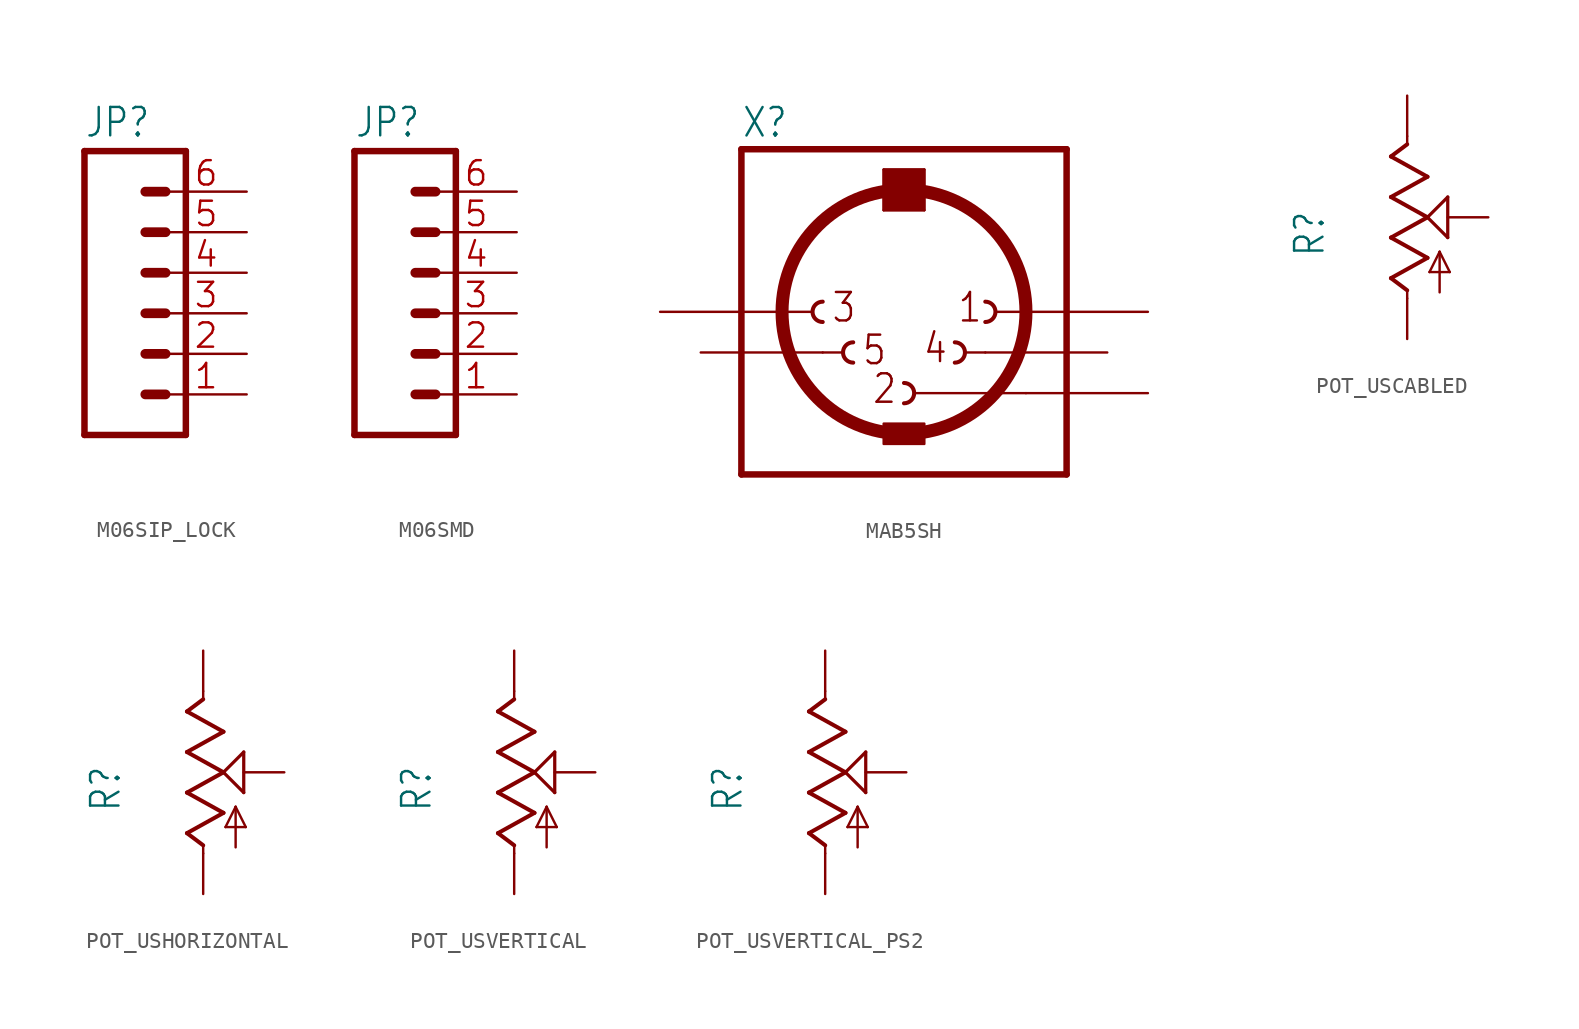
<source format=kicad_sym>
(kicad_symbol_lib
  (version 20241209)
  (generator "kicad_symbol_editor")
  (generator_version "9.0")
  (symbol "M06SIP_LOCK"
    (property "Reference" "JP"
      (at -5.08 10.922 0)
      (effects (font (size 1.778 1.511)) (justify left bottom)))
    (property "Value" ""
      (at -5.08 -10.16 0)
      (effects (font (size 1.778 1.511)) (justify left bottom)))
    (property "ki_locked" ""
      (at 0 0 0)
      (effects (font (size 1.27 1.27))))
    (symbol "M06SIP_LOCK_1_0"
      (polyline (pts (xy -5.08 10.16) (xy -5.08 -7.62)) (stroke (width 0.406) (type solid)) (fill (type none)))
      (polyline (pts (xy -5.08 10.16) (xy 1.27 10.16)) (stroke (width 0.406) (type solid)) (fill (type none)))
      (polyline (pts (xy -1.27 7.62) (xy 0 7.62)) (stroke (width 0.61) (type solid)) (fill (type none)))
      (polyline (pts (xy -1.27 5.08) (xy 0 5.08)) (stroke (width 0.61) (type solid)) (fill (type none)))
      (polyline (pts (xy -1.27 2.54) (xy 0 2.54)) (stroke (width 0.61) (type solid)) (fill (type none)))
      (polyline (pts (xy -1.27 0) (xy 0 0)) (stroke (width 0.61) (type solid)) (fill (type none)))
      (polyline (pts (xy -1.27 -2.54) (xy 0 -2.54)) (stroke (width 0.61) (type solid)) (fill (type none)))
      (polyline (pts (xy -1.27 -5.08) (xy 0 -5.08)) (stroke (width 0.61) (type solid)) (fill (type none)))
      (polyline (pts (xy 1.27 -7.62) (xy -5.08 -7.62)) (stroke (width 0.406) (type solid)) (fill (type none)))
      (polyline (pts (xy 1.27 -7.62) (xy 1.27 10.16)) (stroke (width 0.406) (type solid)) (fill (type none)))
      (pin passive line (at 5.08 7.62 180) (length 5.08) (name "6" (effects (font (size 0 0)))) (number "6" (effects (font (size 1.524 1.524)))))
      (pin passive line (at 5.08 5.08 180) (length 5.08) (name "5" (effects (font (size 0 0)))) (number "5" (effects (font (size 1.524 1.524)))))
      (pin passive line (at 5.08 2.54 180) (length 5.08) (name "4" (effects (font (size 0 0)))) (number "4" (effects (font (size 1.524 1.524)))))
      (pin passive line (at 5.08 0 180) (length 5.08) (name "3" (effects (font (size 0 0)))) (number "3" (effects (font (size 1.524 1.524)))))
      (pin passive line (at 5.08 -2.54 180) (length 5.08) (name "2" (effects (font (size 0 0)))) (number "2" (effects (font (size 1.524 1.524)))))
      (pin passive line (at 5.08 -5.08 180) (length 5.08) (name "1" (effects (font (size 0 0)))) (number "1" (effects (font (size 1.524 1.524)))))))
  (symbol "M06SMD"
    (property "Reference" "JP"
      (at -5.08 10.922 0)
      (effects (font (size 1.778 1.511)) (justify left bottom)))
    (property "Value" ""
      (at -5.08 -10.16 0)
      (effects (font (size 1.778 1.511)) (justify left bottom)))
    (property "ki_locked" ""
      (at 0 0 0)
      (effects (font (size 1.27 1.27))))
    (symbol "M06SMD_1_0"
      (polyline (pts (xy -5.08 10.16) (xy -5.08 -7.62)) (stroke (width 0.406) (type solid)) (fill (type none)))
      (polyline (pts (xy -5.08 10.16) (xy 1.27 10.16)) (stroke (width 0.406) (type solid)) (fill (type none)))
      (polyline (pts (xy -1.27 7.62) (xy 0 7.62)) (stroke (width 0.61) (type solid)) (fill (type none)))
      (polyline (pts (xy -1.27 5.08) (xy 0 5.08)) (stroke (width 0.61) (type solid)) (fill (type none)))
      (polyline (pts (xy -1.27 2.54) (xy 0 2.54)) (stroke (width 0.61) (type solid)) (fill (type none)))
      (polyline (pts (xy -1.27 0) (xy 0 0)) (stroke (width 0.61) (type solid)) (fill (type none)))
      (polyline (pts (xy -1.27 -2.54) (xy 0 -2.54)) (stroke (width 0.61) (type solid)) (fill (type none)))
      (polyline (pts (xy -1.27 -5.08) (xy 0 -5.08)) (stroke (width 0.61) (type solid)) (fill (type none)))
      (polyline (pts (xy 1.27 -7.62) (xy -5.08 -7.62)) (stroke (width 0.406) (type solid)) (fill (type none)))
      (polyline (pts (xy 1.27 -7.62) (xy 1.27 10.16)) (stroke (width 0.406) (type solid)) (fill (type none)))
      (pin passive line (at 5.08 7.62 180) (length 5.08) (name "6" (effects (font (size 0 0)))) (number "6" (effects (font (size 1.524 1.524)))))
      (pin passive line (at 5.08 5.08 180) (length 5.08) (name "5" (effects (font (size 0 0)))) (number "5" (effects (font (size 1.524 1.524)))))
      (pin passive line (at 5.08 2.54 180) (length 5.08) (name "4" (effects (font (size 0 0)))) (number "4" (effects (font (size 1.524 1.524)))))
      (pin passive line (at 5.08 0 180) (length 5.08) (name "3" (effects (font (size 0 0)))) (number "3" (effects (font (size 1.524 1.524)))))
      (pin passive line (at 5.08 -2.54 180) (length 5.08) (name "2" (effects (font (size 0 0)))) (number "2" (effects (font (size 1.524 1.524)))))
      (pin passive line (at 5.08 -5.08 180) (length 5.08) (name "1" (effects (font (size 0 0)))) (number "1" (effects (font (size 1.524 1.524)))))))
  (symbol "MAB5SH"
    (property "Reference" "X"
      (at -10.16 10.795 0)
      (effects (font (size 1.778 1.511)) (justify left bottom)))
    (property "Value" ""
      (at 0 10.795 0)
      (effects (font (size 1.778 1.511)) (justify left bottom)))
    (property "ki_locked" ""
      (at 0 0 0)
      (effects (font (size 1.27 1.27))))
    (symbol "MAB5SH_1_0"
      (polyline (pts (xy -10.16 -10.16) (xy -10.16 10.16)) (stroke (width 0.406) (type solid)) (fill (type none)))
      (polyline (pts (xy -10.16 -10.16) (xy 10.16 -10.16)) (stroke (width 0.406) (type solid)) (fill (type none)))
      (polyline (pts (xy -7.62 0) (xy -5.715 0)) (stroke (width 0.152) (type solid)) (fill (type none)))
      (arc (start -5.08 -0.635) (mid -5.715 0) (end -5.08 0.635) (stroke (width 0.254) (type solid)) (fill (type none)))
      (polyline (pts (xy -5.08 -2.54) (xy -3.81 -2.54)) (stroke (width 0.152) (type solid)) (fill (type none)))
      (arc (start -3.175 -3.175) (mid -3.81 -2.54) (end -3.175 -1.905) (stroke (width 0.254) (type solid)) (fill (type none)))
      (polyline (pts (xy -1.27 8.89) (xy 1.27 8.89)) (stroke (width 0.152) (type solid)) (fill (type none)))
      (rectangle (start -1.27 6.35) (end 1.27 8.89) (stroke (width 0) (type default)) (fill (type outline)))
      (polyline (pts (xy -1.27 6.35) (xy -1.27 8.89)) (stroke (width 0.152) (type solid)) (fill (type none)))
      (polyline (pts (xy -1.27 6.35) (xy 1.27 6.35)) (stroke (width 0.152) (type solid)) (fill (type none)))
      (rectangle (start -1.27 -8.255) (end 1.27 -6.985) (stroke (width 0) (type default)) (fill (type outline)))
      (circle (center 0 0) (radius 7.62) (stroke (width 0.813) (type solid)) (fill (type none)))
      (arc (start 0 -4.445) (mid 0.635 -5.08) (end 0 -5.715) (stroke (width 0.254) (type solid)) (fill (type none)))
      (polyline (pts (xy 0.635 -5.08) (xy 7.62 -5.08)) (stroke (width 0.152) (type solid)) (fill (type none)))
      (polyline (pts (xy 1.27 8.89) (xy 1.27 6.35)) (stroke (width 0.152) (type solid)) (fill (type none)))
      (arc (start 3.175 -1.905) (mid 3.81 -2.54) (end 3.175 -3.175) (stroke (width 0.254) (type solid)) (fill (type none)))
      (polyline (pts (xy 3.81 -2.54) (xy 5.08 -2.54)) (stroke (width 0.152) (type solid)) (fill (type none)))
      (arc (start 5.08 0.635) (mid 5.715 0) (end 5.08 -0.635) (stroke (width 0.254) (type solid)) (fill (type none)))
      (polyline (pts (xy 5.715 0) (xy 7.62 0)) (stroke (width 0.152) (type solid)) (fill (type none)))
      (polyline (pts (xy 10.16 10.16) (xy -10.16 10.16)) (stroke (width 0.406) (type solid)) (fill (type none)))
      (polyline (pts (xy 10.16 10.16) (xy 10.16 -10.16)) (stroke (width 0.406) (type solid)) (fill (type none)))
      (text "3" (at -4.572 -0.762 0) (effects (font (size 1.778 1.511)) (justify left bottom)))
      (text "5" (at -2.667 -3.429 0) (effects (font (size 1.778 1.511)) (justify left bottom)))
      (text "2" (at -2.032 -5.842 0) (effects (font (size 1.778 1.511)) (justify left bottom)))
      (text "4" (at 1.143 -3.302 0) (effects (font (size 1.778 1.511)) (justify left bottom)))
      (text "1" (at 3.302 -0.762 0) (effects (font (size 1.778 1.511)) (justify left bottom)))
      (pin passive line (at -15.24 0 0) (length 7.62) (name "3" (effects (font (size 0 0)))) (number "3" (effects (font (size 0 0)))))
      (pin passive line (at -12.7 -2.54 0) (length 7.62) (name "5" (effects (font (size 0 0)))) (number "5" (effects (font (size 0 0)))))
      (pin passive line (at 12.7 -2.54 180) (length 7.62) (name "4" (effects (font (size 0 0)))) (number "4" (effects (font (size 0 0)))))
      (pin passive line (at 15.24 0 180) (length 7.62) (name "1" (effects (font (size 0 0)))) (number "1" (effects (font (size 0 0)))))
      (pin passive line (at 15.24 -5.08 180) (length 7.62) (name "2" (effects (font (size 0 0)))) (number "2" (effects (font (size 0 0)))))))
  (symbol "POT_USCABLED"
    (property "Reference" "R"
      (at -5.08 -2.54 90)
      (effects (font (size 1.778 1.511)) (justify left bottom)))
    (property "Value" ""
      (at -2.54 -2.54 90)
      (effects (font (size 1.778 1.511)) (justify left bottom)))
    (property "ki_locked" ""
      (at 0 0 0)
      (effects (font (size 1.27 1.27))))
    (symbol "POT_USCABLED_1_0"
      (polyline (pts (xy -1.016 3.81) (xy 0 4.572)) (stroke (width 0.254) (type solid)) (fill (type none)))
      (polyline (pts (xy -1.016 1.27) (xy 1.27 2.54)) (stroke (width 0.254) (type solid)) (fill (type none)))
      (polyline (pts (xy -1.016 -1.27) (xy 1.27 0)) (stroke (width 0.254) (type solid)) (fill (type none)))
      (polyline (pts (xy -1.016 -3.81) (xy 1.27 -2.54)) (stroke (width 0.254) (type solid)) (fill (type none)))
      (polyline (pts (xy 0 4.572) (xy 0 5.08)) (stroke (width 0.152) (type solid)) (fill (type none)))
      (polyline (pts (xy 0 -4.572) (xy -1.016 -3.81)) (stroke (width 0.254) (type solid)) (fill (type none)))
      (polyline (pts (xy 0 -5.08) (xy 0 -4.572)) (stroke (width 0.152) (type solid)) (fill (type none)))
      (polyline (pts (xy 1.27 2.54) (xy -1.016 3.81)) (stroke (width 0.254) (type solid)) (fill (type none)))
      (polyline (pts (xy 1.27 0) (xy -1.016 1.27)) (stroke (width 0.254) (type solid)) (fill (type none)))
      (polyline (pts (xy 1.27 0) (xy 2.54 1.27)) (stroke (width 0.203) (type solid)) (fill (type none)))
      (polyline (pts (xy 1.27 -2.54) (xy -1.016 -1.27)) (stroke (width 0.254) (type solid)) (fill (type none)))
      (polyline (pts (xy 1.397 -3.429) (xy 2.032 -2.159)) (stroke (width 0.152) (type solid)) (fill (type none)))
      (polyline (pts (xy 2.032 -2.159) (xy 2.667 -3.429)) (stroke (width 0.152) (type solid)) (fill (type none)))
      (polyline (pts (xy 2.032 -4.699) (xy 2.032 -2.159)) (stroke (width 0.152) (type solid)) (fill (type none)))
      (polyline (pts (xy 2.54 1.27) (xy 2.54 -1.27)) (stroke (width 0.203) (type solid)) (fill (type none)))
      (polyline (pts (xy 2.54 -1.27) (xy 1.27 0)) (stroke (width 0.203) (type solid)) (fill (type none)))
      (polyline (pts (xy 2.667 -3.429) (xy 1.397 -3.429)) (stroke (width 0.152) (type solid)) (fill (type none)))
      (pin passive line (at 0 7.62 270) (length 2.54) (name "E" (effects (font (size 0 0)))) (number "E" (effects (font (size 0 0)))))
      (pin passive line (at 0 -7.62 90) (length 2.54) (name "A" (effects (font (size 0 0)))) (number "A" (effects (font (size 0 0)))))
      (pin passive line (at 5.08 0 180) (length 2.54) (name "S" (effects (font (size 0 0)))) (number "S" (effects (font (size 0 0)))))))
  (symbol "POT_USHORIZONTAL"
    (property "Reference" "R"
      (at -5.08 -2.54 90)
      (effects (font (size 1.778 1.511)) (justify left bottom)))
    (property "Value" ""
      (at -2.54 -2.54 90)
      (effects (font (size 1.778 1.511)) (justify left bottom)))
    (property "ki_locked" ""
      (at 0 0 0)
      (effects (font (size 1.27 1.27))))
    (symbol "POT_USHORIZONTAL_1_0"
      (polyline (pts (xy -1.016 3.81) (xy 0 4.572)) (stroke (width 0.254) (type solid)) (fill (type none)))
      (polyline (pts (xy -1.016 1.27) (xy 1.27 2.54)) (stroke (width 0.254) (type solid)) (fill (type none)))
      (polyline (pts (xy -1.016 -1.27) (xy 1.27 0)) (stroke (width 0.254) (type solid)) (fill (type none)))
      (polyline (pts (xy -1.016 -3.81) (xy 1.27 -2.54)) (stroke (width 0.254) (type solid)) (fill (type none)))
      (polyline (pts (xy 0 4.572) (xy 0 5.08)) (stroke (width 0.152) (type solid)) (fill (type none)))
      (polyline (pts (xy 0 -4.572) (xy -1.016 -3.81)) (stroke (width 0.254) (type solid)) (fill (type none)))
      (polyline (pts (xy 0 -5.08) (xy 0 -4.572)) (stroke (width 0.152) (type solid)) (fill (type none)))
      (polyline (pts (xy 1.27 2.54) (xy -1.016 3.81)) (stroke (width 0.254) (type solid)) (fill (type none)))
      (polyline (pts (xy 1.27 0) (xy -1.016 1.27)) (stroke (width 0.254) (type solid)) (fill (type none)))
      (polyline (pts (xy 1.27 0) (xy 2.54 1.27)) (stroke (width 0.203) (type solid)) (fill (type none)))
      (polyline (pts (xy 1.27 -2.54) (xy -1.016 -1.27)) (stroke (width 0.254) (type solid)) (fill (type none)))
      (polyline (pts (xy 1.397 -3.429) (xy 2.032 -2.159)) (stroke (width 0.152) (type solid)) (fill (type none)))
      (polyline (pts (xy 2.032 -2.159) (xy 2.667 -3.429)) (stroke (width 0.152) (type solid)) (fill (type none)))
      (polyline (pts (xy 2.032 -4.699) (xy 2.032 -2.159)) (stroke (width 0.152) (type solid)) (fill (type none)))
      (polyline (pts (xy 2.54 1.27) (xy 2.54 -1.27)) (stroke (width 0.203) (type solid)) (fill (type none)))
      (polyline (pts (xy 2.54 -1.27) (xy 1.27 0)) (stroke (width 0.203) (type solid)) (fill (type none)))
      (polyline (pts (xy 2.667 -3.429) (xy 1.397 -3.429)) (stroke (width 0.152) (type solid)) (fill (type none)))
      (pin passive line (at 0 7.62 270) (length 2.54) (name "E" (effects (font (size 0 0)))) (number "P$1" (effects (font (size 0 0)))))
      (pin passive line (at 0 -7.62 90) (length 2.54) (name "A" (effects (font (size 0 0)))) (number "P$3" (effects (font (size 0 0)))))
      (pin passive line (at 5.08 0 180) (length 2.54) (name "S" (effects (font (size 0 0)))) (number "P$2" (effects (font (size 0 0)))))))
  (symbol "POT_USVERTICAL"
    (property "Reference" "R"
      (at -5.08 -2.54 90)
      (effects (font (size 1.778 1.511)) (justify left bottom)))
    (property "Value" ""
      (at -2.54 -2.54 90)
      (effects (font (size 1.778 1.511)) (justify left bottom)))
    (property "ki_locked" ""
      (at 0 0 0)
      (effects (font (size 1.27 1.27))))
    (symbol "POT_USVERTICAL_1_0"
      (polyline (pts (xy -1.016 3.81) (xy 0 4.572)) (stroke (width 0.254) (type solid)) (fill (type none)))
      (polyline (pts (xy -1.016 1.27) (xy 1.27 2.54)) (stroke (width 0.254) (type solid)) (fill (type none)))
      (polyline (pts (xy -1.016 -1.27) (xy 1.27 0)) (stroke (width 0.254) (type solid)) (fill (type none)))
      (polyline (pts (xy -1.016 -3.81) (xy 1.27 -2.54)) (stroke (width 0.254) (type solid)) (fill (type none)))
      (polyline (pts (xy 0 4.572) (xy 0 5.08)) (stroke (width 0.152) (type solid)) (fill (type none)))
      (polyline (pts (xy 0 -4.572) (xy -1.016 -3.81)) (stroke (width 0.254) (type solid)) (fill (type none)))
      (polyline (pts (xy 0 -5.08) (xy 0 -4.572)) (stroke (width 0.152) (type solid)) (fill (type none)))
      (polyline (pts (xy 1.27 2.54) (xy -1.016 3.81)) (stroke (width 0.254) (type solid)) (fill (type none)))
      (polyline (pts (xy 1.27 0) (xy -1.016 1.27)) (stroke (width 0.254) (type solid)) (fill (type none)))
      (polyline (pts (xy 1.27 0) (xy 2.54 1.27)) (stroke (width 0.203) (type solid)) (fill (type none)))
      (polyline (pts (xy 1.27 -2.54) (xy -1.016 -1.27)) (stroke (width 0.254) (type solid)) (fill (type none)))
      (polyline (pts (xy 1.397 -3.429) (xy 2.032 -2.159)) (stroke (width 0.152) (type solid)) (fill (type none)))
      (polyline (pts (xy 2.032 -2.159) (xy 2.667 -3.429)) (stroke (width 0.152) (type solid)) (fill (type none)))
      (polyline (pts (xy 2.032 -4.699) (xy 2.032 -2.159)) (stroke (width 0.152) (type solid)) (fill (type none)))
      (polyline (pts (xy 2.54 1.27) (xy 2.54 -1.27)) (stroke (width 0.203) (type solid)) (fill (type none)))
      (polyline (pts (xy 2.54 -1.27) (xy 1.27 0)) (stroke (width 0.203) (type solid)) (fill (type none)))
      (polyline (pts (xy 2.667 -3.429) (xy 1.397 -3.429)) (stroke (width 0.152) (type solid)) (fill (type none)))
      (pin passive line (at 0 7.62 270) (length 2.54) (name "E" (effects (font (size 0 0)))) (number "P$1" (effects (font (size 0 0)))))
      (pin passive line (at 0 -7.62 90) (length 2.54) (name "A" (effects (font (size 0 0)))) (number "P$3" (effects (font (size 0 0)))))
      (pin passive line (at 5.08 0 180) (length 2.54) (name "S" (effects (font (size 0 0)))) (number "P$2" (effects (font (size 0 0)))))))
  (symbol "POT_USVERTICAL_PS2"
    (property "Reference" "R"
      (at -5.08 -2.54 90)
      (effects (font (size 1.778 1.511)) (justify left bottom)))
    (property "Value" ""
      (at -2.54 -2.54 90)
      (effects (font (size 1.778 1.511)) (justify left bottom)))
    (property "ki_locked" ""
      (at 0 0 0)
      (effects (font (size 1.27 1.27))))
    (symbol "POT_USVERTICAL_PS2_1_0"
      (polyline (pts (xy -1.016 3.81) (xy 0 4.572)) (stroke (width 0.254) (type solid)) (fill (type none)))
      (polyline (pts (xy -1.016 1.27) (xy 1.27 2.54)) (stroke (width 0.254) (type solid)) (fill (type none)))
      (polyline (pts (xy -1.016 -1.27) (xy 1.27 0)) (stroke (width 0.254) (type solid)) (fill (type none)))
      (polyline (pts (xy -1.016 -3.81) (xy 1.27 -2.54)) (stroke (width 0.254) (type solid)) (fill (type none)))
      (polyline (pts (xy 0 4.572) (xy 0 5.08)) (stroke (width 0.152) (type solid)) (fill (type none)))
      (polyline (pts (xy 0 -4.572) (xy -1.016 -3.81)) (stroke (width 0.254) (type solid)) (fill (type none)))
      (polyline (pts (xy 0 -5.08) (xy 0 -4.572)) (stroke (width 0.152) (type solid)) (fill (type none)))
      (polyline (pts (xy 1.27 2.54) (xy -1.016 3.81)) (stroke (width 0.254) (type solid)) (fill (type none)))
      (polyline (pts (xy 1.27 0) (xy -1.016 1.27)) (stroke (width 0.254) (type solid)) (fill (type none)))
      (polyline (pts (xy 1.27 0) (xy 2.54 1.27)) (stroke (width 0.203) (type solid)) (fill (type none)))
      (polyline (pts (xy 1.27 -2.54) (xy -1.016 -1.27)) (stroke (width 0.254) (type solid)) (fill (type none)))
      (polyline (pts (xy 1.397 -3.429) (xy 2.032 -2.159)) (stroke (width 0.152) (type solid)) (fill (type none)))
      (polyline (pts (xy 2.032 -2.159) (xy 2.667 -3.429)) (stroke (width 0.152) (type solid)) (fill (type none)))
      (polyline (pts (xy 2.032 -4.699) (xy 2.032 -2.159)) (stroke (width 0.152) (type solid)) (fill (type none)))
      (polyline (pts (xy 2.54 1.27) (xy 2.54 -1.27)) (stroke (width 0.203) (type solid)) (fill (type none)))
      (polyline (pts (xy 2.54 -1.27) (xy 1.27 0)) (stroke (width 0.203) (type solid)) (fill (type none)))
      (polyline (pts (xy 2.667 -3.429) (xy 1.397 -3.429)) (stroke (width 0.152) (type solid)) (fill (type none)))
      (pin passive line (at 0 7.62 270) (length 2.54) (name "E" (effects (font (size 0 0)))) (number "P$1" (effects (font (size 0 0)))))
      (pin passive line (at 0 -7.62 90) (length 2.54) (name "A" (effects (font (size 0 0)))) (number "P$3" (effects (font (size 0 0)))))
      (pin passive line (at 5.08 0 180) (length 2.54) (name "S" (effects (font (size 0 0)))) (number "P$2" (effects (font (size 0 0))))))))
</source>
